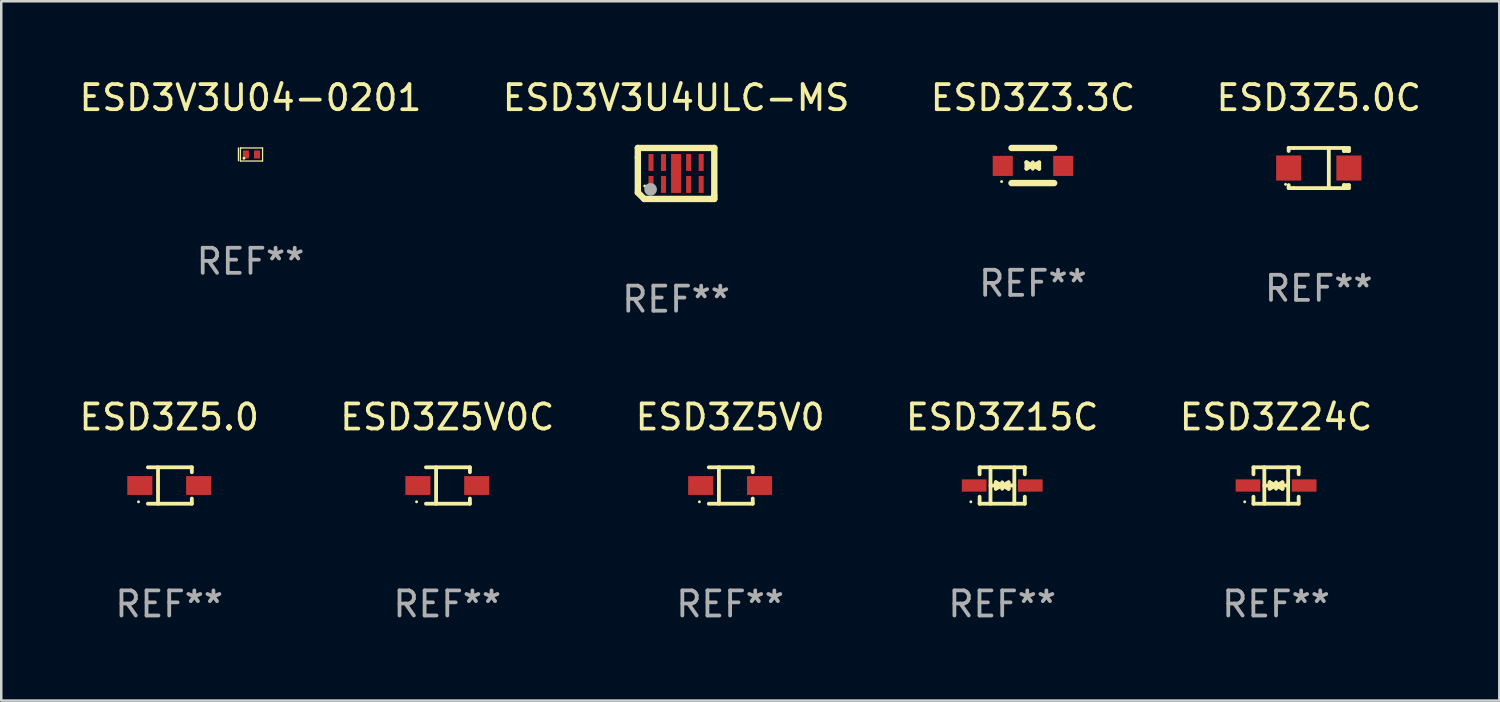
<source format=kicad_pcb>
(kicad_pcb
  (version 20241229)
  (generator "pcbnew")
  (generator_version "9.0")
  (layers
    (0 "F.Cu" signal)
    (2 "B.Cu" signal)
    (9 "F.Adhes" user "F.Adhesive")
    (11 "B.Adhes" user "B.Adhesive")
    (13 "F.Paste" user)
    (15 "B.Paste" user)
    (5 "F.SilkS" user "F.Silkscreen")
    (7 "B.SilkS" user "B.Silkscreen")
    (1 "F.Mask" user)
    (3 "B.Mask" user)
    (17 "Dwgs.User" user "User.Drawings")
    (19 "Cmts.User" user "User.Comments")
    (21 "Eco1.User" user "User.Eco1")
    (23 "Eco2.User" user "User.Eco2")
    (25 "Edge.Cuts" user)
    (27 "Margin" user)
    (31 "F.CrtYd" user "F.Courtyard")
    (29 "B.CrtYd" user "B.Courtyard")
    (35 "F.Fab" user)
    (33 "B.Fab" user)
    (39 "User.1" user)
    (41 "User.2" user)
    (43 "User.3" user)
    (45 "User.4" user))
  (footprint "ESD3Z5.0"
    (layer "F.Cu")
    (at 3.696 16.303)
    (property "Reference" "ESD3Z5.0" (at 0 -2.726 0) (layer "F.SilkS") (effects (font (size 1 1) (thickness 0.15))))
    (attr through_hole)
    (fp_line (start -0.851 -0.726) (end 0.901 -0.726) (stroke (width 0.152) (type solid)) (layer "F.SilkS"))
    (fp_line (start -0.851 0.726) (end 0.901 0.726) (stroke (width 0.152) (type solid)) (layer "F.SilkS"))
    (fp_line (start -0.447 -0.726) (end -0.447 0.726) (stroke (width 0.152) (type solid)) (layer "F.SilkS"))
    (fp_line (start 0.901 -0.726) (end 0.901 -0.53) (stroke (width 0.152) (type solid)) (layer "F.SilkS"))
    (fp_line (start 0.901 0.726) (end 0.901 0.52) (stroke (width 0.152) (type solid)) (layer "F.SilkS"))
    (fp_circle (center -1.225 0.65) (end -1.195 0.65) (stroke (width 0.06) (type solid)) (fill no) (layer "F.SilkS"))
    (fp_text user "REF**" (at 0 4.726 0) (layer "F.Fab") (effects (font (size 1 1) (thickness 0.15))))
    (pad "1" smd rect (at -1.173 0) (size 1 0.75) (layers "F.Cu" "F.Mask" "F.Paste"))
    (pad "2" smd rect (at 1.173 0) (size 1 0.75) (layers "F.Cu" "F.Mask" "F.Paste")))
  (footprint "ESD3Z3.3C"
    (layer "F.Cu")
    (at 38.125 3.548)
    (property "Reference" "ESD3Z3.3C" (at 0 -2.7 0) (layer "F.SilkS") (effects (font (size 1 1) (thickness 0.15))))
    (attr through_hole)
    (fp_line (start -0.855 -0.7) (end 0.845 -0.7) (stroke (width 0.254) (type solid)) (layer "F.SilkS"))
    (fp_line (start -0.855 0.7) (end 0.845 0.7) (stroke (width 0.254) (type solid)) (layer "F.SilkS"))
    (fp_line (start -0.26 -0.127) (end -0.26 -0.127) (stroke (width 0.154) (type solid)) (layer "F.SilkS"))
    (fp_line (start -0.26 -0.127) (end -0.008 -0.003) (stroke (width 0.154) (type solid)) (layer "F.SilkS"))
    (fp_line (start -0.26 0.127) (end -0.26 -0.127) (stroke (width 0.154) (type solid)) (layer "F.SilkS"))
    (fp_line (start -0.133 0.000483) (end -0.003 0.000483) (stroke (width 0.154) (type solid)) (layer "F.SilkS"))
    (fp_line (start -0.009 0.000483) (end -0.26 0.127) (stroke (width 0.154) (type solid)) (layer "F.SilkS"))
    (fp_line (start -0.006 -0.127) (end -0.006 0.127) (stroke (width 0.154) (type solid)) (layer "F.SilkS"))
    (fp_line (start -0.003 0.000483) (end 0.248 -0.127) (stroke (width 0.154) (type solid)) (layer "F.SilkS"))
    (fp_line (start 0.121 0.000483) (end -0.009 0.000483) (stroke (width 0.154) (type solid)) (layer "F.SilkS"))
    (fp_line (start 0.248 -0.127) (end 0.248 0.127) (stroke (width 0.154) (type solid)) (layer "F.SilkS"))
    (fp_line (start 0.248 0.127) (end -0.004 0.004) (stroke (width 0.154) (type solid)) (layer "F.SilkS"))
    (fp_line (start 0.248 0.127) (end 0.248 0.127) (stroke (width 0.154) (type solid)) (layer "F.SilkS"))
    (fp_circle (center -1.25 0.64) (end -1.22 0.64) (stroke (width 0.06) (type solid)) (fill no) (layer "F.SilkS"))
    (fp_text user "REF**" (at 0 4.7 0) (layer "F.Fab") (effects (font (size 1 1) (thickness 0.15))))
    (pad "1" smd rect (at -1.205 0.015) (size 0.8 0.8) (layers "F.Cu" "F.Mask" "F.Paste"))
    (pad "2" smd rect (at 1.205 0.015) (size 0.8 0.8) (layers "F.Cu" "F.Mask" "F.Paste")))
  (footprint "ESD3Z24C"
    (layer "F.Cu")
    (at 47.815 16.303)
    (property "Reference" "ESD3Z24C" (at 0 -2.726 0) (layer "F.SilkS") (effects (font (size 1 1) (thickness 0.15))))
    (attr through_hole)
    (fp_line (start -0.901 -0.726) (end -0.901 -0.448) (stroke (width 0.152) (type solid)) (layer "F.SilkS"))
    (fp_line (start -0.901 0.726) (end -0.901 0.448) (stroke (width 0.152) (type solid)) (layer "F.SilkS"))
    (fp_line (start -0.467 0) (end 0.483 -0.003) (stroke (width 0.154) (type solid)) (layer "F.SilkS"))
    (fp_line (start -0.467 0.726) (end -0.467 -0.726) (stroke (width 0.152) (type solid)) (layer "F.SilkS"))
    (fp_line (start -0.254 -0.127) (end -0.254 -0.127) (stroke (width 0.154) (type solid)) (layer "F.SilkS"))
    (fp_line (start -0.254 -0.127) (end -0.002 -0.003) (stroke (width 0.154) (type solid)) (layer "F.SilkS"))
    (fp_line (start -0.254 0.127) (end -0.254 -0.127) (stroke (width 0.154) (type solid)) (layer "F.SilkS"))
    (fp_line (start -0.127 0) (end 0.003 0) (stroke (width 0.154) (type solid)) (layer "F.SilkS"))
    (fp_line (start -0.003 0) (end -0.254 0.127) (stroke (width 0.154) (type solid)) (layer "F.SilkS"))
    (fp_line (start 0 -0.127) (end 0 0.127) (stroke (width 0.154) (type solid)) (layer "F.SilkS"))
    (fp_line (start 0.003 0) (end 0.254 -0.127) (stroke (width 0.154) (type solid)) (layer "F.SilkS"))
    (fp_line (start 0.127 0) (end -0.003 0) (stroke (width 0.154) (type solid)) (layer "F.SilkS"))
    (fp_line (start 0.254 -0.127) (end 0.254 0.127) (stroke (width 0.154) (type solid)) (layer "F.SilkS"))
    (fp_line (start 0.254 0.127) (end 0.002 0.003) (stroke (width 0.154) (type solid)) (layer "F.SilkS"))
    (fp_line (start 0.254 0.127) (end 0.254 0.127) (stroke (width 0.154) (type solid)) (layer "F.SilkS"))
    (fp_line (start 0.483 0.726) (end 0.483 -0.726) (stroke (width 0.152) (type solid)) (layer "F.SilkS"))
    (fp_line (start 0.901 -0.726) (end -0.901 -0.726) (stroke (width 0.152) (type solid)) (layer "F.SilkS"))
    (fp_line (start 0.901 -0.726) (end 0.901 -0.448) (stroke (width 0.152) (type solid)) (layer "F.SilkS"))
    (fp_line (start 0.901 0.726) (end -0.901 0.726) (stroke (width 0.152) (type solid)) (layer "F.SilkS"))
    (fp_line (start 0.901 0.726) (end 0.901 0.448) (stroke (width 0.152) (type solid)) (layer "F.SilkS"))
    (fp_circle (center -1.25 0.65) (end -1.22 0.65) (stroke (width 0.06) (type solid)) (fill no) (layer "F.SilkS"))
    (fp_text user "REF**" (at 0 4.726 0) (layer "F.Fab") (effects (font (size 1 1) (thickness 0.15))))
    (pad "1" smd rect (at -1.118 0) (size 0.985 0.49) (layers "F.Cu" "F.Mask" "F.Paste"))
    (pad "2" smd rect (at 1.118 0) (size 0.985 0.49) (layers "F.Cu" "F.Mask" "F.Paste")))
  (footprint "ESD3Z5.0C"
    (layer "F.Cu")
    (at 49.518 3.648)
    (property "Reference" "ESD3Z5.0C" (at 0 -2.8 0) (layer "F.SilkS") (effects (font (size 1 1) (thickness 0.15))))
    (attr through_hole)
    (fp_line (start -1.2 -0.8) (end -1.2 -0.68) (stroke (width 0.152) (type solid)) (layer "F.SilkS"))
    (fp_line (start -1.2 0.68) (end -1.2 0.8) (stroke (width 0.152) (type solid)) (layer "F.SilkS"))
    (fp_line (start -1.2 0.8) (end -1 0.8) (stroke (width 0.152) (type solid)) (layer "F.SilkS"))
    (fp_line (start -1 -0.8) (end -1.2 -0.8) (stroke (width 0.152) (type solid)) (layer "F.SilkS"))
    (fp_line (start -1 -0.8) (end 1 -0.8) (stroke (width 0.152) (type solid)) (layer "F.SilkS"))
    (fp_line (start -1 0.8) (end 1 0.8) (stroke (width 0.152) (type solid)) (layer "F.SilkS"))
    (fp_line (start 0.4 -0.8) (end 0.4 0.8) (stroke (width 0.152) (type solid)) (layer "F.SilkS"))
    (fp_line (start 1 -0.8) (end 1 -0.68) (stroke (width 0.152) (type solid)) (layer "F.SilkS"))
    (fp_line (start 1 -0.8) (end 1.2 -0.8) (stroke (width 0.152) (type solid)) (layer "F.SilkS"))
    (fp_line (start 1 0.68) (end 1 0.8) (stroke (width 0.152) (type solid)) (layer "F.SilkS"))
    (fp_line (start 1 0.68) (end 1.2 0.68) (stroke (width 0.152) (type solid)) (layer "F.SilkS"))
    (fp_line (start 1.2 -0.8) (end 1.2 -0.68) (stroke (width 0.152) (type solid)) (layer "F.SilkS"))
    (fp_line (start 1.2 -0.68) (end 1 -0.68) (stroke (width 0.152) (type solid)) (layer "F.SilkS"))
    (fp_line (start 1.2 0.68) (end 1.2 0.8) (stroke (width 0.152) (type solid)) (layer "F.SilkS"))
    (fp_line (start 1.2 0.8) (end 1 0.8) (stroke (width 0.152) (type solid)) (layer "F.SilkS"))
    (fp_circle (center -1.325 0.65) (end -1.295 0.65) (stroke (width 0.06) (type solid)) (fill no) (layer "F.SilkS"))
    (fp_text user "REF**" (at 0 4.8 0) (layer "F.Fab") (effects (font (size 1 1) (thickness 0.15))))
    (pad "1" smd rect (at -1.2 0 180) (size 1 1) (layers "F.Cu" "F.Mask" "F.Paste"))
    (pad "2" smd rect (at 1.2 0 180) (size 1 1) (layers "F.Cu" "F.Mask" "F.Paste")))
  (footprint "ESD3Z5V0"
    (layer "F.Cu")
    (at 26.054 16.303)
    (property "Reference" "ESD3Z5V0" (at 0 -2.726 0) (layer "F.SilkS") (effects (font (size 1 1) (thickness 0.15))))
    (attr through_hole)
    (fp_line (start -0.851 -0.726) (end 0.901 -0.726) (stroke (width 0.152) (type solid)) (layer "F.SilkS"))
    (fp_line (start -0.851 0.726) (end 0.901 0.726) (stroke (width 0.152) (type solid)) (layer "F.SilkS"))
    (fp_line (start -0.447 -0.726) (end -0.447 0.726) (stroke (width 0.152) (type solid)) (layer "F.SilkS"))
    (fp_line (start 0.901 -0.726) (end 0.901 -0.53) (stroke (width 0.152) (type solid)) (layer "F.SilkS"))
    (fp_line (start 0.901 0.726) (end 0.901 0.52) (stroke (width 0.152) (type solid)) (layer "F.SilkS"))
    (fp_circle (center -1.225 0.65) (end -1.195 0.65) (stroke (width 0.06) (type solid)) (fill no) (layer "F.SilkS"))
    (fp_text user "REF**" (at 0 4.726 0) (layer "F.Fab") (effects (font (size 1 1) (thickness 0.15))))
    (pad "1" smd rect (at -1.173 0) (size 1 0.75) (layers "F.Cu" "F.Mask" "F.Paste"))
    (pad "2" smd rect (at 1.173 0) (size 1 0.75) (layers "F.Cu" "F.Mask" "F.Paste")))
  (footprint "ESD3Z15C"
    (layer "F.Cu")
    (at 36.899 16.303)
    (property "Reference" "ESD3Z15C" (at 0 -2.726 0) (layer "F.SilkS") (effects (font (size 1 1) (thickness 0.15))))
    (attr through_hole)
    (fp_line (start -0.901 -0.726) (end -0.901 -0.448) (stroke (width 0.152) (type solid)) (layer "F.SilkS"))
    (fp_line (start -0.901 0.726) (end -0.901 0.448) (stroke (width 0.152) (type solid)) (layer "F.SilkS"))
    (fp_line (start -0.467 0) (end 0.483 -0.003) (stroke (width 0.154) (type solid)) (layer "F.SilkS"))
    (fp_line (start -0.467 0.726) (end -0.467 -0.726) (stroke (width 0.152) (type solid)) (layer "F.SilkS"))
    (fp_line (start -0.254 -0.127) (end -0.254 -0.127) (stroke (width 0.154) (type solid)) (layer "F.SilkS"))
    (fp_line (start -0.254 -0.127) (end -0.002 -0.003) (stroke (width 0.154) (type solid)) (layer "F.SilkS"))
    (fp_line (start -0.254 0.127) (end -0.254 -0.127) (stroke (width 0.154) (type solid)) (layer "F.SilkS"))
    (fp_line (start -0.127 0) (end 0.003 0) (stroke (width 0.154) (type solid)) (layer "F.SilkS"))
    (fp_line (start -0.003 0) (end -0.254 0.127) (stroke (width 0.154) (type solid)) (layer "F.SilkS"))
    (fp_line (start 0 -0.127) (end 0 0.127) (stroke (width 0.154) (type solid)) (layer "F.SilkS"))
    (fp_line (start 0.003 0) (end 0.254 -0.127) (stroke (width 0.154) (type solid)) (layer "F.SilkS"))
    (fp_line (start 0.127 0) (end -0.003 0) (stroke (width 0.154) (type solid)) (layer "F.SilkS"))
    (fp_line (start 0.254 -0.127) (end 0.254 0.127) (stroke (width 0.154) (type solid)) (layer "F.SilkS"))
    (fp_line (start 0.254 0.127) (end 0.002 0.003) (stroke (width 0.154) (type solid)) (layer "F.SilkS"))
    (fp_line (start 0.254 0.127) (end 0.254 0.127) (stroke (width 0.154) (type solid)) (layer "F.SilkS"))
    (fp_line (start 0.483 0.726) (end 0.483 -0.726) (stroke (width 0.152) (type solid)) (layer "F.SilkS"))
    (fp_line (start 0.901 -0.726) (end -0.901 -0.726) (stroke (width 0.152) (type solid)) (layer "F.SilkS"))
    (fp_line (start 0.901 -0.726) (end 0.901 -0.448) (stroke (width 0.152) (type solid)) (layer "F.SilkS"))
    (fp_line (start 0.901 0.726) (end -0.901 0.726) (stroke (width 0.152) (type solid)) (layer "F.SilkS"))
    (fp_line (start 0.901 0.726) (end 0.901 0.448) (stroke (width 0.152) (type solid)) (layer "F.SilkS"))
    (fp_circle (center -1.25 0.65) (end -1.22 0.65) (stroke (width 0.06) (type solid)) (fill no) (layer "F.SilkS"))
    (fp_text user "REF**" (at 0 4.726 0) (layer "F.Fab") (effects (font (size 1 1) (thickness 0.15))))
    (pad "1" smd rect (at -1.118 0) (size 0.985 0.49) (layers "F.Cu" "F.Mask" "F.Paste"))
    (pad "2" smd rect (at 1.118 0) (size 0.985 0.49) (layers "F.Cu" "F.Mask" "F.Paste")))
  (footprint "ESD3V3U04-0201"
    (layer "F.Cu")
    (at 6.935 3.109)
    (property "Reference" "ESD3V3U04-0201" (at 0 -2.261 0) (layer "F.SilkS") (effects (font (size 1 1) (thickness 0.15))))
    (attr through_hole)
    (fp_line (start -0.481 -0.261) (end -0.481 0.247) (stroke (width 0.051) (type solid)) (layer "F.SilkS"))
    (fp_line (start -0.403 -0.26) (end -0.37 -0.26) (stroke (width 0.05) (type solid)) (layer "F.SilkS"))
    (fp_line (start -0.403 0.261) (end -0.403 -0.26) (stroke (width 0.05) (type solid)) (layer "F.SilkS"))
    (fp_line (start -0.37 -0.26) (end 0.481 -0.26) (stroke (width 0.05) (type solid)) (layer "F.SilkS"))
    (fp_line (start 0.481 -0.26) (end 0.481 0.261) (stroke (width 0.05) (type solid)) (layer "F.SilkS"))
    (fp_line (start 0.481 0.261) (end -0.403 0.261) (stroke (width 0.05) (type solid)) (layer "F.SilkS"))
    (fp_circle (center -0.261 0.149) (end -0.231 0.149) (stroke (width 0.06) (type solid)) (fill no) (layer "F.SilkS"))
    (fp_text user "REF**" (at 0 4.261 0) (layer "F.Fab") (effects (font (size 1 1) (thickness 0.15))))
    (pad "1" smd rect (at -0.182 -0.001 90) (size 0.32 0.24) (layers "F.Cu" "F.Mask" "F.Paste"))
    (pad "2" smd rect (at 0.26 -0.001 90) (size 0.32 0.24) (layers "F.Cu" "F.Mask" "F.Paste")))
  (footprint "ESD3V3U4ULC-MS"
    (layer "F.Cu")
    (at 23.899 3.864)
    (property "Reference" "ESD3V3U4ULC-MS" (at 0 -3.016 0) (layer "F.SilkS") (effects (font (size 1 1) (thickness 0.15))))
    (attr through_hole)
    (fp_line (start -1.524 -1.016) (end 1.524 -1.016) (stroke (width 0.254) (type solid)) (layer "F.SilkS"))
    (fp_line (start -1.524 -0.635) (end -1.524 -1.016) (stroke (width 0.254) (type solid)) (layer "F.SilkS"))
    (fp_line (start -1.524 0.762) (end -1.524 -0.635) (stroke (width 0.254) (type solid)) (layer "F.SilkS"))
    (fp_line (start -1.27 1.016) (end -1.524 0.762) (stroke (width 0.254) (type solid)) (layer "F.SilkS"))
    (fp_line (start 1.397 1.016) (end -1.27 1.016) (stroke (width 0.254) (type solid)) (layer "F.SilkS"))
    (fp_line (start 1.524 -1.016) (end 1.524 0.889) (stroke (width 0.254) (type solid)) (layer "F.SilkS"))
    (fp_line (start 1.524 0.889) (end 1.524 1.016) (stroke (width 0.254) (type solid)) (layer "F.SilkS"))
    (fp_line (start 1.524 1.016) (end 1.397 1.016) (stroke (width 0.254) (type solid)) (layer "F.SilkS"))
    (fp_circle (center -1.25 0.5) (end -1.22 0.5) (stroke (width 0.06) (type solid)) (fill no) (layer "F.SilkS"))
    (fp_circle (center -1.016 0.635) (end -0.889 0.635) (stroke (width 0.254) (type solid)) (fill no) (layer "F.Fab"))
    (fp_text user "REF**" (at 0 5.016 0) (layer "F.Fab") (effects (font (size 1 1) (thickness 0.15))))
    (pad "1" smd rect (at -1 0.438) (size 0.2 0.675) (layers "F.Cu" "F.Mask" "F.Paste"))
    (pad "2" smd rect (at -0.5 0.438) (size 0.2 0.675) (layers "F.Cu" "F.Mask" "F.Paste"))
    (pad "3-8" smd rect (at 0 0.000127) (size 0.4 1.55) (layers "F.Cu" "F.Mask" "F.Paste"))
    (pad "4" smd rect (at 0.5 0.438) (size 0.2 0.675) (layers "F.Cu" "F.Mask" "F.Paste"))
    (pad "5" smd rect (at 1 0.438) (size 0.2 0.675) (layers "F.Cu" "F.Mask" "F.Paste"))
    (pad "6" smd rect (at 1 -0.438) (size 0.2 0.675) (layers "F.Cu" "F.Mask" "F.Paste"))
    (pad "7" smd rect (at 0.5 -0.438) (size 0.2 0.675) (layers "F.Cu" "F.Mask" "F.Paste"))
    (pad "9" smd rect (at -0.5 -0.438) (size 0.2 0.675) (layers "F.Cu" "F.Mask" "F.Paste"))
    (pad "10" smd rect (at -1 -0.438) (size 0.2 0.675) (layers "F.Cu" "F.Mask" "F.Paste")))
  (footprint "ESD3Z5V0C"
    (layer "F.Cu")
    (at 14.78 16.303)
    (property "Reference" "ESD3Z5V0C" (at 0 -2.726 0) (layer "F.SilkS") (effects (font (size 1 1) (thickness 0.15))))
    (attr through_hole)
    (fp_line (start -0.851 -0.726) (end 0.901 -0.726) (stroke (width 0.152) (type solid)) (layer "F.SilkS"))
    (fp_line (start -0.851 0.726) (end 0.901 0.726) (stroke (width 0.152) (type solid)) (layer "F.SilkS"))
    (fp_line (start -0.447 -0.726) (end -0.447 0.726) (stroke (width 0.152) (type solid)) (layer "F.SilkS"))
    (fp_line (start 0.901 -0.726) (end 0.901 -0.53) (stroke (width 0.152) (type solid)) (layer "F.SilkS"))
    (fp_line (start 0.901 0.726) (end 0.901 0.52) (stroke (width 0.152) (type solid)) (layer "F.SilkS"))
    (fp_circle (center -1.225 0.65) (end -1.195 0.65) (stroke (width 0.06) (type solid)) (fill no) (layer "F.SilkS"))
    (fp_text user "REF**" (at 0 4.726 0) (layer "F.Fab") (effects (font (size 1 1) (thickness 0.15))))
    (pad "1" smd rect (at -1.173 0) (size 1 0.75) (layers "F.Cu" "F.Mask" "F.Paste"))
    (pad "2" smd rect (at 1.173 0) (size 1 0.75) (layers "F.Cu" "F.Mask" "F.Paste")))
  (gr_rect
    (start -3 -3)
    (end 56.714 24.877)
    (stroke (width 0.1) (type default))
    (fill no)
    (layer "Edge.Cuts")))
</source>
